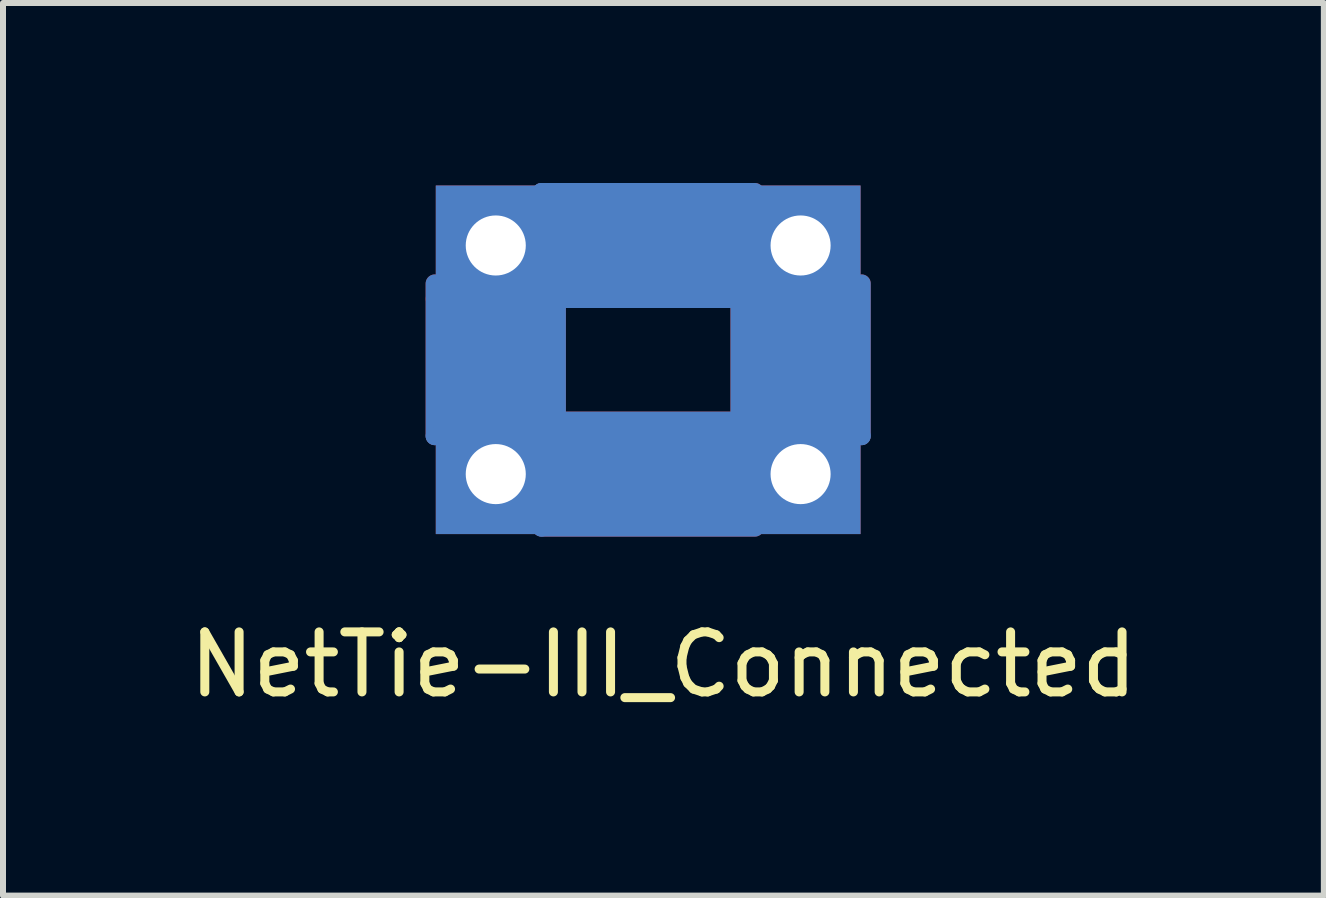
<source format=kicad_pcb>
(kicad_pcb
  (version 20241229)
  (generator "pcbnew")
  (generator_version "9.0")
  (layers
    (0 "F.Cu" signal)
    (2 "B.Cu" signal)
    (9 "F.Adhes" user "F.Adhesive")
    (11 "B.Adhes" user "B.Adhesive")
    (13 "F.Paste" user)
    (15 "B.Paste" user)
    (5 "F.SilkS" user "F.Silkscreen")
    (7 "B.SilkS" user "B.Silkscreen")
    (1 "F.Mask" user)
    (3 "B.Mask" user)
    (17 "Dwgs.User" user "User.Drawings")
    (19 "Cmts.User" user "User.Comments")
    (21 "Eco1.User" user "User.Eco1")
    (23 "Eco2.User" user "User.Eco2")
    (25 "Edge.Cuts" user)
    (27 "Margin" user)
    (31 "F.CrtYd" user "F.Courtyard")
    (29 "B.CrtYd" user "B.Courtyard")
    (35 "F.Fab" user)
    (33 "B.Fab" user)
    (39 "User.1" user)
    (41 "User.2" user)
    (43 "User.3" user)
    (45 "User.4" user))
  (footprint "NetTie-III_Connected"
    (layer "F.Cu")
    (at 7.752 2.946)
    (property "Reference" "NetTie-III_Connected" (at 0.254 5.08 0) (layer "F.SilkS") (effects (font (size 1 1) (thickness 0.15))))
    (attr through_hole)
    (fp_line (start -3.556 -1.016) (end -3.556 -1.27) (stroke (width 0.305) (type solid)) (layer "F.Cu"))
    (fp_line (start -3.556 -1.016) (end -3.556 1.27) (stroke (width 0.305) (type solid)) (layer "F.Cu"))
    (fp_line (start -3.302 -1.27) (end -3.302 1.27) (stroke (width 0.305) (type solid)) (layer "F.Cu"))
    (fp_line (start -3.048 -1.27) (end -3.048 1.27) (stroke (width 0.305) (type solid)) (layer "F.Cu"))
    (fp_line (start -2.794 -1.27) (end -2.794 1.27) (stroke (width 0.305) (type solid)) (layer "F.Cu"))
    (fp_line (start -2.54 -1.016) (end -2.54 1.016) (stroke (width 0.305) (type solid)) (layer "F.Cu"))
    (fp_line (start -2.286 -1.27) (end -2.286 1.27) (stroke (width 0.305) (type solid)) (layer "F.Cu"))
    (fp_line (start -2.032 1.27) (end -2.032 -1.27) (stroke (width 0.305) (type solid)) (layer "F.Cu"))
    (fp_line (start -1.778 -2.794) (end 1.778 -2.794) (stroke (width 0.305) (type solid)) (layer "F.Cu"))
    (fp_line (start -1.778 -2.54) (end 1.778 -2.54) (stroke (width 0.305) (type solid)) (layer "F.Cu"))
    (fp_line (start -1.778 -2.286) (end 1.778 -2.286) (stroke (width 0.305) (type solid)) (layer "F.Cu"))
    (fp_line (start -1.778 -2.032) (end 1.778 -2.032) (stroke (width 0.305) (type solid)) (layer "F.Cu"))
    (fp_line (start -1.778 -1.778) (end 1.778 -1.778) (stroke (width 0.305) (type solid)) (layer "F.Cu"))
    (fp_line (start -1.778 -1.524) (end 1.778 -1.524) (stroke (width 0.305) (type solid)) (layer "F.Cu"))
    (fp_line (start -1.778 -1.27) (end -1.778 1.27) (stroke (width 0.305) (type solid)) (layer "F.Cu"))
    (fp_line (start -1.778 -1.27) (end 1.778 -1.27) (stroke (width 0.305) (type solid)) (layer "F.Cu"))
    (fp_line (start -1.778 -1.016) (end 1.778 -1.016) (stroke (width 0.305) (type solid)) (layer "F.Cu"))
    (fp_line (start -1.778 1.016) (end -1.524 1.016) (stroke (width 0.305) (type solid)) (layer "F.Cu"))
    (fp_line (start -1.778 1.27) (end 1.778 1.27) (stroke (width 0.305) (type solid)) (layer "F.Cu"))
    (fp_line (start -1.778 1.524) (end 1.778 1.524) (stroke (width 0.305) (type solid)) (layer "F.Cu"))
    (fp_line (start -1.778 1.778) (end 1.778 1.778) (stroke (width 0.305) (type solid)) (layer "F.Cu"))
    (fp_line (start -1.778 2.032) (end 1.778 2.032) (stroke (width 0.305) (type solid)) (layer "F.Cu"))
    (fp_line (start -1.778 2.286) (end 1.778 2.286) (stroke (width 0.305) (type solid)) (layer "F.Cu"))
    (fp_line (start -1.778 2.794) (end 1.778 2.794) (stroke (width 0.305) (type solid)) (layer "F.Cu"))
    (fp_line (start -1.524 1.016) (end 1.778 1.016) (stroke (width 0.305) (type solid)) (layer "F.Cu"))
    (fp_line (start -1.524 1.27) (end -1.524 -1.27) (stroke (width 0.305) (type solid)) (layer "F.Cu"))
    (fp_line (start 1.524 1.27) (end 1.524 -1.27) (stroke (width 0.305) (type solid)) (layer "F.Cu"))
    (fp_line (start 1.778 -1.27) (end 1.778 1.27) (stroke (width 0.305) (type solid)) (layer "F.Cu"))
    (fp_line (start 1.778 2.54) (end -1.778 2.54) (stroke (width 0.305) (type solid)) (layer "F.Cu"))
    (fp_line (start 2.032 1.27) (end 2.032 -1.27) (stroke (width 0.305) (type solid)) (layer "F.Cu"))
    (fp_line (start 2.286 -1.27) (end 2.286 1.27) (stroke (width 0.305) (type solid)) (layer "F.Cu"))
    (fp_line (start 2.54 -1.016) (end 2.54 1.016) (stroke (width 0.305) (type solid)) (layer "F.Cu"))
    (fp_line (start 2.794 -1.27) (end 2.794 1.27) (stroke (width 0.305) (type solid)) (layer "F.Cu"))
    (fp_line (start 3.048 1.27) (end 3.048 -1.27) (stroke (width 0.305) (type solid)) (layer "F.Cu"))
    (fp_line (start 3.302 -1.27) (end 3.302 1.27) (stroke (width 0.305) (type solid)) (layer "F.Cu"))
    (fp_line (start 3.556 1.27) (end 3.556 -1.27) (stroke (width 0.305) (type solid)) (layer "F.Cu"))
    (fp_line (start -3.556 -1.27) (end -3.556 1.27) (stroke (width 0.305) (type solid)) (layer "B.Cu"))
    (fp_line (start -3.556 1.27) (end -3.302 1.27) (stroke (width 0.305) (type solid)) (layer "B.Cu"))
    (fp_line (start -3.302 -1.27) (end -3.048 -1.27) (stroke (width 0.305) (type solid)) (layer "B.Cu"))
    (fp_line (start -3.302 1.27) (end -3.302 -1.27) (stroke (width 0.305) (type solid)) (layer "B.Cu"))
    (fp_line (start -3.048 -1.27) (end -3.048 1.27) (stroke (width 0.305) (type solid)) (layer "B.Cu"))
    (fp_line (start -3.048 1.27) (end -2.794 1.27) (stroke (width 0.305) (type solid)) (layer "B.Cu"))
    (fp_line (start -2.794 1.27) (end -2.794 -1.27) (stroke (width 0.305) (type solid)) (layer "B.Cu"))
    (fp_line (start -2.54 -1.016) (end -2.54 1.016) (stroke (width 0.305) (type solid)) (layer "B.Cu"))
    (fp_line (start -2.286 -1.27) (end -2.032 -1.27) (stroke (width 0.305) (type solid)) (layer "B.Cu"))
    (fp_line (start -2.286 1.27) (end -2.286 -1.27) (stroke (width 0.305) (type solid)) (layer "B.Cu"))
    (fp_line (start -2.032 -1.27) (end -2.032 1.27) (stroke (width 0.305) (type solid)) (layer "B.Cu"))
    (fp_line (start -2.032 1.27) (end -1.778 1.27) (stroke (width 0.305) (type solid)) (layer "B.Cu"))
    (fp_line (start -1.778 -2.794) (end -1.778 -2.54) (stroke (width 0.305) (type solid)) (layer "B.Cu"))
    (fp_line (start -1.778 -2.54) (end 1.778 -2.54) (stroke (width 0.305) (type solid)) (layer "B.Cu"))
    (fp_line (start -1.778 -2.286) (end -1.778 -2.032) (stroke (width 0.305) (type solid)) (layer "B.Cu"))
    (fp_line (start -1.778 -2.032) (end 1.778 -2.032) (stroke (width 0.305) (type solid)) (layer "B.Cu"))
    (fp_line (start -1.778 -1.778) (end -1.778 -1.524) (stroke (width 0.305) (type solid)) (layer "B.Cu"))
    (fp_line (start -1.778 -1.524) (end 1.524 -1.524) (stroke (width 0.305) (type solid)) (layer "B.Cu"))
    (fp_line (start -1.778 -1.27) (end -1.778 -1.016) (stroke (width 0.305) (type solid)) (layer "B.Cu"))
    (fp_line (start -1.778 -1.27) (end -1.524 -1.27) (stroke (width 0.305) (type solid)) (layer "B.Cu"))
    (fp_line (start -1.778 -1.016) (end 1.778 -1.016) (stroke (width 0.305) (type solid)) (layer "B.Cu"))
    (fp_line (start -1.778 1.016) (end 1.778 1.016) (stroke (width 0.305) (type solid)) (layer "B.Cu"))
    (fp_line (start -1.778 1.27) (end -1.778 -1.27) (stroke (width 0.305) (type solid)) (layer "B.Cu"))
    (fp_line (start -1.778 1.27) (end -1.778 1.016) (stroke (width 0.305) (type solid)) (layer "B.Cu"))
    (fp_line (start -1.778 1.524) (end 1.778 1.524) (stroke (width 0.305) (type solid)) (layer "B.Cu"))
    (fp_line (start -1.778 1.778) (end -1.778 1.524) (stroke (width 0.305) (type solid)) (layer "B.Cu"))
    (fp_line (start -1.778 2.032) (end 1.778 2.032) (stroke (width 0.305) (type solid)) (layer "B.Cu"))
    (fp_line (start -1.778 2.286) (end -1.778 2.032) (stroke (width 0.305) (type solid)) (layer "B.Cu"))
    (fp_line (start -1.778 2.54) (end 1.778 2.54) (stroke (width 0.305) (type solid)) (layer "B.Cu"))
    (fp_line (start -1.778 2.794) (end -1.778 2.54) (stroke (width 0.305) (type solid)) (layer "B.Cu"))
    (fp_line (start -1.524 -1.27) (end -1.524 1.27) (stroke (width 0.305) (type solid)) (layer "B.Cu"))
    (fp_line (start 1.524 -1.524) (end 1.778 -1.524) (stroke (width 0.305) (type solid)) (layer "B.Cu"))
    (fp_line (start 1.524 -1.27) (end 1.524 1.27) (stroke (width 0.305) (type solid)) (layer "B.Cu"))
    (fp_line (start 1.524 1.27) (end 1.778 1.27) (stroke (width 0.305) (type solid)) (layer "B.Cu"))
    (fp_line (start 1.778 -2.794) (end -1.778 -2.794) (stroke (width 0.305) (type solid)) (layer "B.Cu"))
    (fp_line (start 1.778 -2.54) (end 1.778 -2.286) (stroke (width 0.305) (type solid)) (layer "B.Cu"))
    (fp_line (start 1.778 -2.286) (end -1.778 -2.286) (stroke (width 0.305) (type solid)) (layer "B.Cu"))
    (fp_line (start 1.778 -2.032) (end 1.778 -1.778) (stroke (width 0.305) (type solid)) (layer "B.Cu"))
    (fp_line (start 1.778 -1.778) (end -1.778 -1.778) (stroke (width 0.305) (type solid)) (layer "B.Cu"))
    (fp_line (start 1.778 -1.524) (end 1.778 -1.27) (stroke (width 0.305) (type solid)) (layer "B.Cu"))
    (fp_line (start 1.778 -1.27) (end -1.778 -1.27) (stroke (width 0.305) (type solid)) (layer "B.Cu"))
    (fp_line (start 1.778 -1.27) (end 2.032 -1.27) (stroke (width 0.305) (type solid)) (layer "B.Cu"))
    (fp_line (start 1.778 0.762) (end 1.778 1.016) (stroke (width 0.305) (type solid)) (layer "B.Cu"))
    (fp_line (start 1.778 1.016) (end 1.778 0.762) (stroke (width 0.305) (type solid)) (layer "B.Cu"))
    (fp_line (start 1.778 1.27) (end -1.778 1.27) (stroke (width 0.305) (type solid)) (layer "B.Cu"))
    (fp_line (start 1.778 1.27) (end 1.778 -1.27) (stroke (width 0.305) (type solid)) (layer "B.Cu"))
    (fp_line (start 1.778 1.524) (end 1.778 1.27) (stroke (width 0.305) (type solid)) (layer "B.Cu"))
    (fp_line (start 1.778 1.778) (end -1.778 1.778) (stroke (width 0.305) (type solid)) (layer "B.Cu"))
    (fp_line (start 1.778 2.032) (end 1.778 1.778) (stroke (width 0.305) (type solid)) (layer "B.Cu"))
    (fp_line (start 1.778 2.286) (end -1.778 2.286) (stroke (width 0.305) (type solid)) (layer "B.Cu"))
    (fp_line (start 1.778 2.54) (end 1.778 2.286) (stroke (width 0.305) (type solid)) (layer "B.Cu"))
    (fp_line (start 1.778 2.794) (end -1.778 2.794) (stroke (width 0.305) (type solid)) (layer "B.Cu"))
    (fp_line (start 2.032 -1.27) (end 2.032 1.27) (stroke (width 0.305) (type solid)) (layer "B.Cu"))
    (fp_line (start 2.032 1.27) (end 2.286 1.27) (stroke (width 0.305) (type solid)) (layer "B.Cu"))
    (fp_line (start 2.286 1.27) (end 2.286 -1.27) (stroke (width 0.305) (type solid)) (layer "B.Cu"))
    (fp_line (start 2.54 -1.016) (end 2.54 1.016) (stroke (width 0.305) (type solid)) (layer "B.Cu"))
    (fp_line (start 2.794 1.27) (end 2.794 -1.27) (stroke (width 0.305) (type solid)) (layer "B.Cu"))
    (fp_line (start 3.048 -1.27) (end 3.048 1.27) (stroke (width 0.305) (type solid)) (layer "B.Cu"))
    (fp_line (start 3.048 1.27) (end 2.794 1.27) (stroke (width 0.305) (type solid)) (layer "B.Cu"))
    (fp_line (start 3.302 -1.27) (end 3.048 -1.27) (stroke (width 0.305) (type solid)) (layer "B.Cu"))
    (fp_line (start 3.302 1.27) (end 3.302 -1.27) (stroke (width 0.305) (type solid)) (layer "B.Cu"))
    (fp_line (start 3.556 -1.27) (end 3.556 1.27) (stroke (width 0.305) (type solid)) (layer "B.Cu"))
    (fp_line (start 3.556 1.27) (end 3.302 1.27) (stroke (width 0.305) (type solid)) (layer "B.Cu"))
    (pad "1" thru_hole rect (at -2.54 -1.905) (size 1.999 1.999) (drill 1.001) (layers "*.Cu" "*.Mask"))
    (pad "2" thru_hole rect (at -2.54 1.905) (size 1.999 1.999) (drill 1.001) (layers "*.Cu" "*.Mask"))
    (pad "3" thru_hole rect (at 2.54 -1.905) (size 1.999 1.999) (drill 1.001) (layers "*.Cu" "*.Mask"))
    (pad "4" thru_hole rect (at 2.54 1.905) (size 1.999 1.999) (drill 1.001) (layers "*.Cu" "*.Mask")))
  (gr_rect
    (start -3 -3)
    (end 19.012 11.875)
    (stroke (width 0.1) (type default))
    (fill no)
    (layer "Edge.Cuts")))
</source>
